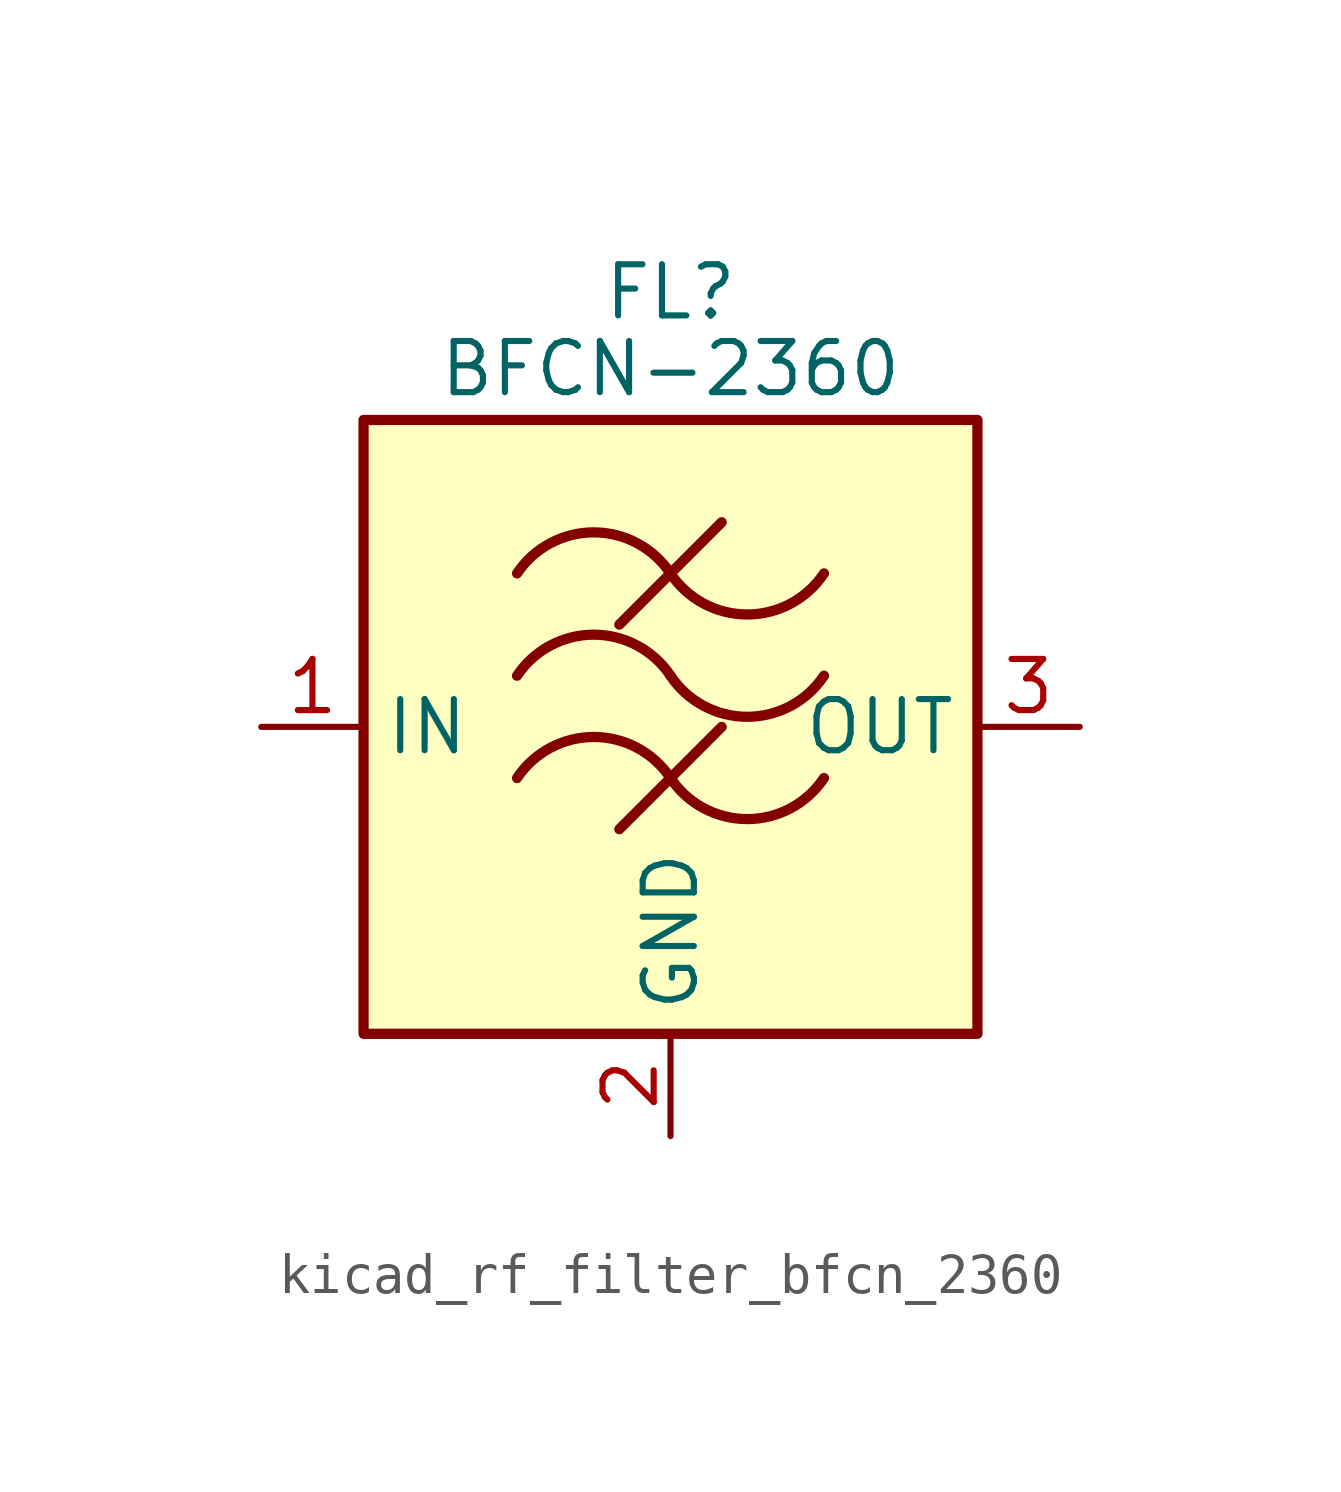
<source format=kicad_sym>
(kicad_symbol_lib
  (version 20220914)
  (generator kicad_symbol_editor)
  (symbol "kicad_rf_filter_bfcn_2360"
    (property "Reference" "FL"
      (at 0 10.795 0)
      (effects (font (size 1.27 1.27))))
    (property "Value" "BFCN-2360"
      (at 0 8.89 0)
      (effects (font (size 1.27 1.27))))
    (symbol "kicad_rf_filter_bfcn_2360_0_1"
      (rectangle (start -7.62 7.62) (end 7.62 -7.62) (stroke (width 0.254) (type default)) (fill (type background)))
      (arc (start 0 -1.27) (mid -1.905 -0.2505) (end -3.81 -1.27) (stroke (width 0.254) (type default)) (fill (type none)))
      (arc (start 0 -1.27) (mid 1.905 -2.2895) (end 3.81 -1.27) (stroke (width 0.254) (type default)) (fill (type none)))
      (polyline (pts (xy -1.27 -2.54) (xy 1.27 0)) (stroke (width 0.254) (type default)) (fill (type none)))
      (polyline (pts (xy -1.27 2.54) (xy 1.27 5.08)) (stroke (width 0.254) (type default)) (fill (type none)))
      (arc (start 0 1.27) (mid -1.905 2.2895) (end -3.81 1.27) (stroke (width 0.254) (type default)) (fill (type none)))
      (arc (start 0 1.27) (mid 1.905 0.2505) (end 3.81 1.27) (stroke (width 0.254) (type default)) (fill (type none)))
      (arc (start 0 3.81) (mid -1.905 4.8295) (end -3.81 3.81) (stroke (width 0.254) (type default)) (fill (type none)))
      (arc (start 0 3.81) (mid 1.905 2.7905) (end 3.81 3.81) (stroke (width 0.254) (type default)) (fill (type none))))
    (symbol "kicad_rf_filter_bfcn_2360_1_1"
      (pin passive line (at -10.16 0 0) (length 2.54) (name "IN" (effects (font (size 1.27 1.27)))) (number "1" (effects (font (size 1.27 1.27)))))
      (pin passive line (at 0 -10.16 90) (length 2.54) (name "GND" (effects (font (size 1.27 1.27)))) (number "2" (effects (font (size 1.27 1.27)))))
      (pin passive line (at 10.16 0 180) (length 2.54) (name "OUT" (effects (font (size 1.27 1.27)))) (number "3" (effects (font (size 1.27 1.27)))))
      (pin passive line (at 0 -10.16 90) (length 2.54) hide (name "GND" (effects (font (size 1.27 1.27)))) (number "4" (effects (font (size 1.27 1.27))))))))
</source>
